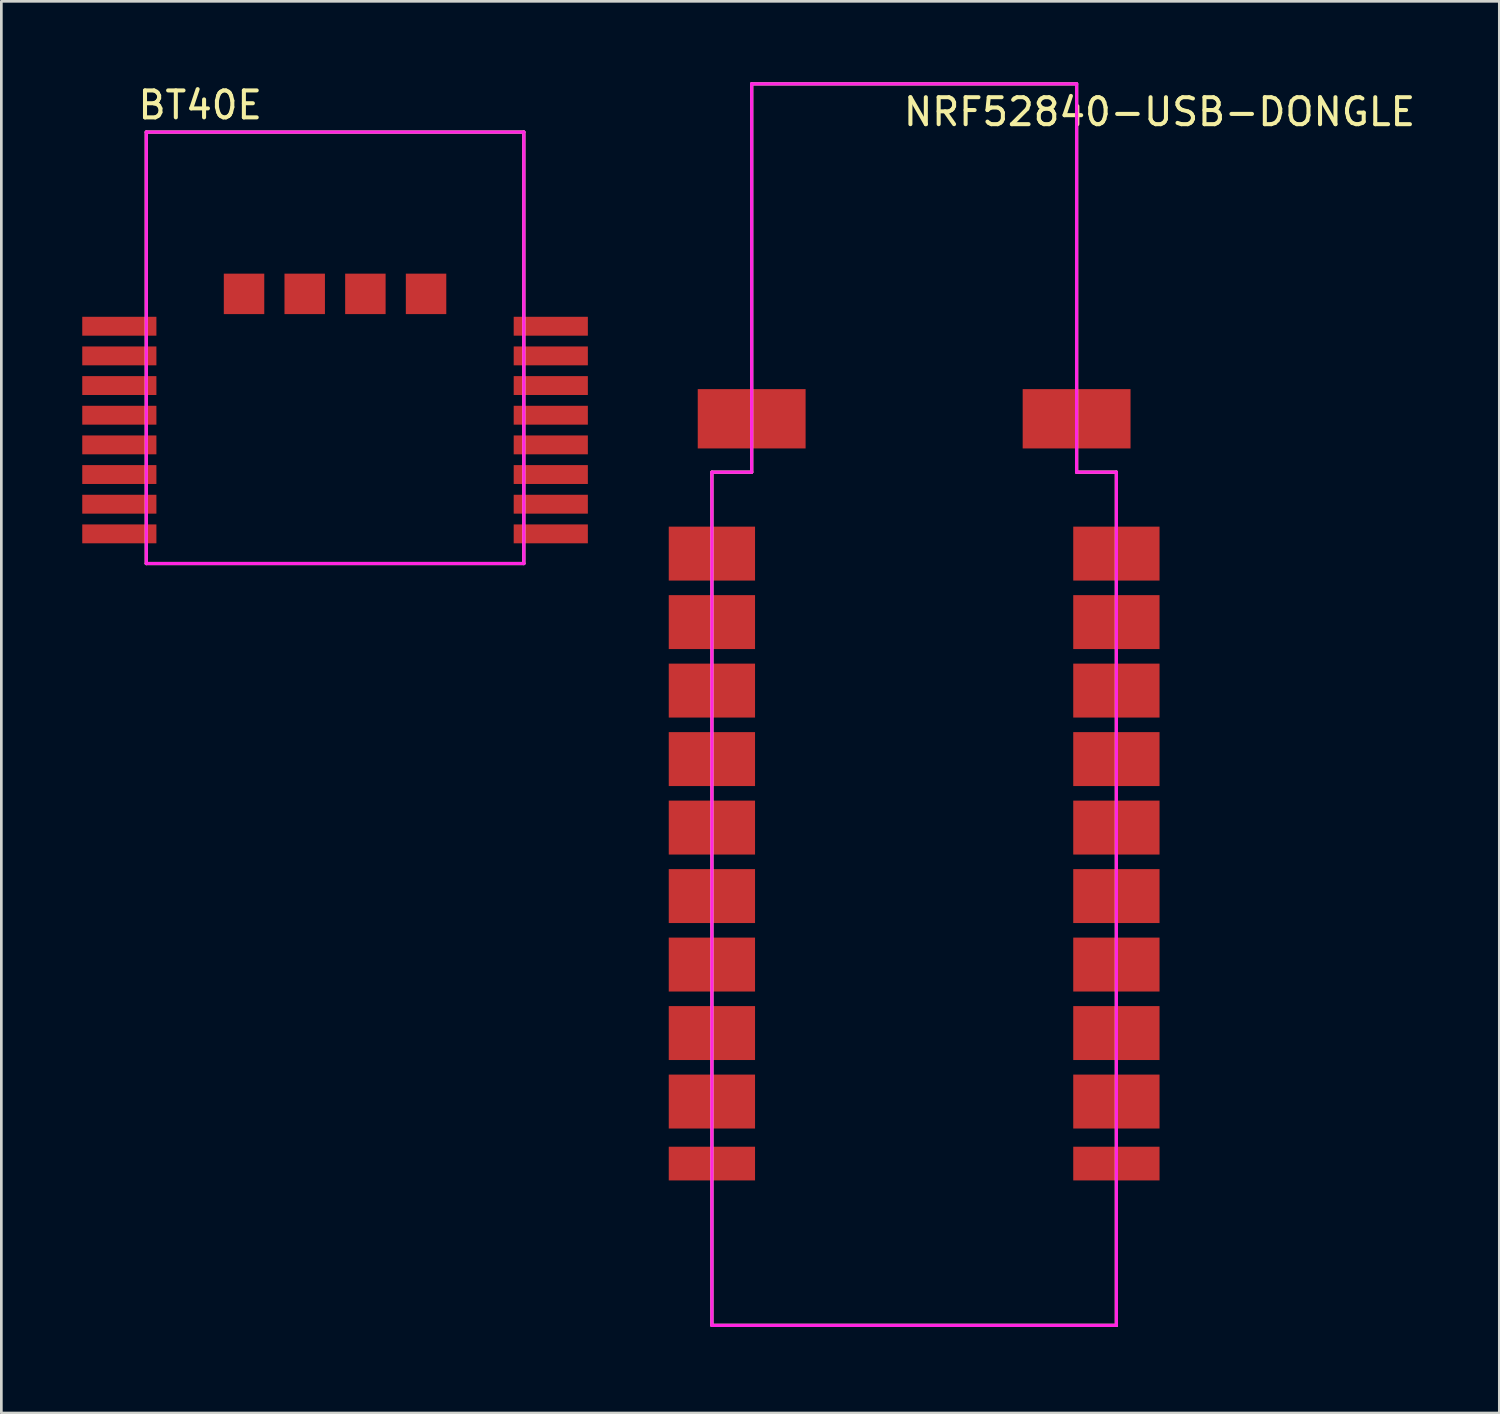
<source format=kicad_pcb>
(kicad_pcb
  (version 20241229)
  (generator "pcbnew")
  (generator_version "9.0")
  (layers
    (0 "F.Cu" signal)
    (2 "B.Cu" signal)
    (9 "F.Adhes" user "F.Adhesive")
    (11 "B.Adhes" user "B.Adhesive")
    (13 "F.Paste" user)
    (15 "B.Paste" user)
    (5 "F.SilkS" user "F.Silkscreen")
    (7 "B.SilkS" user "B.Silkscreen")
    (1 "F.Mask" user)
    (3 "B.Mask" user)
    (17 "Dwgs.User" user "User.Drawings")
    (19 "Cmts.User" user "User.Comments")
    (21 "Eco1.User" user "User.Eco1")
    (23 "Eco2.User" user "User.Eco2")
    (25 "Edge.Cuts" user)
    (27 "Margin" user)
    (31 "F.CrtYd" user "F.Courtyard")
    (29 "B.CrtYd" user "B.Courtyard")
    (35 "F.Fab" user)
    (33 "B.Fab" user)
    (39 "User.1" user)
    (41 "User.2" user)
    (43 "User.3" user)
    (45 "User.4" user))
  (footprint "BT40E"
    (layer "F.Cu")
    (at 9.375 17.848)
    (property "Reference" "BT40E" (at -5 -17 0) (layer "F.SilkS") (effects (font (size 1 1) (thickness 0.15))))
    (attr through_hole)
    (fp_line (start -7 -16) (end -7 0) (stroke (width 0.12) (type solid)) (layer "F.SilkS"))
    (fp_line (start -7 0) (end 7 0) (stroke (width 0.12) (type solid)) (layer "F.SilkS"))
    (fp_line (start 7 -16) (end -7 -16) (stroke (width 0.12) (type solid)) (layer "F.SilkS"))
    (fp_line (start 7 0) (end 7 -16) (stroke (width 0.12) (type solid)) (layer "F.SilkS"))
    (fp_line (start -7 -16) (end -7 0) (stroke (width 0.12) (type solid)) (layer "F.CrtYd"))
    (fp_line (start -7 0) (end 7 0) (stroke (width 0.12) (type solid)) (layer "F.CrtYd"))
    (fp_line (start 7 -16) (end -7 -16) (stroke (width 0.12) (type solid)) (layer "F.CrtYd"))
    (fp_line (start 7 0) (end 7 -16) (stroke (width 0.12) (type solid)) (layer "F.CrtYd"))
    (pad "1" smd rect (at -8 -8.8) (size 2.75 0.7) (layers "F.Cu" "F.Mask" "F.Paste"))
    (pad "2" smd rect (at -8 -7.7) (size 2.75 0.7) (layers "F.Cu" "F.Mask" "F.Paste"))
    (pad "3" smd rect (at -8 -6.6) (size 2.75 0.7) (layers "F.Cu" "F.Mask" "F.Paste"))
    (pad "4" smd rect (at -8 -5.5) (size 2.75 0.7) (layers "F.Cu" "F.Mask" "F.Paste"))
    (pad "5" smd rect (at -8 -4.4) (size 2.75 0.7) (layers "F.Cu" "F.Mask" "F.Paste"))
    (pad "6" smd rect (at -8 -3.3) (size 2.75 0.7) (layers "F.Cu" "F.Mask" "F.Paste"))
    (pad "7" smd rect (at -8 -2.2) (size 2.75 0.7) (layers "F.Cu" "F.Mask" "F.Paste"))
    (pad "8" smd rect (at -8 -1.1) (size 2.75 0.7) (layers "F.Cu" "F.Mask" "F.Paste"))
    (pad "9" smd rect (at 8 -1.1) (size 2.75 0.7) (layers "F.Cu" "F.Mask" "F.Paste"))
    (pad "10" smd rect (at 8 -2.2) (size 2.75 0.7) (layers "F.Cu" "F.Mask" "F.Paste"))
    (pad "11" smd rect (at 8 -3.3) (size 2.75 0.7) (layers "F.Cu" "F.Mask" "F.Paste"))
    (pad "12" smd rect (at 8 -4.4) (size 2.75 0.7) (layers "F.Cu" "F.Mask" "F.Paste"))
    (pad "13" smd rect (at 8 -5.5) (size 2.75 0.7) (layers "F.Cu" "F.Mask" "F.Paste"))
    (pad "14" smd rect (at 8 -6.6) (size 2.75 0.7) (layers "F.Cu" "F.Mask" "F.Paste"))
    (pad "15" smd rect (at 8 -7.7) (size 2.75 0.7) (layers "F.Cu" "F.Mask" "F.Paste"))
    (pad "16" smd rect (at 8 -8.8) (size 2.75 0.7) (layers "F.Cu" "F.Mask" "F.Paste"))
    (pad "H0" smd rect (at -3.375 -10) (size 1.5 1.5) (layers "F.Cu" "F.Mask" "F.Paste"))
    (pad "H1" smd rect (at -1.125 -10) (size 1.5 1.5) (layers "F.Cu" "F.Mask" "F.Paste"))
    (pad "H2" smd rect (at 1.125 -10) (size 1.5 1.5) (layers "F.Cu" "F.Mask" "F.Paste"))
    (pad "H3" smd rect (at 3.375 -10) (size 1.5 1.5) (layers "F.Cu" "F.Mask" "F.Paste")))
  (footprint "NRF52840-USB-DONGLE"
    (layer "F.Cu")
    (at 30.85 46.1)
    (property "Reference" "NRF52840-USB-DONGLE" (at 9.1 -45 0) (layer "F.SilkS") (effects (font (size 1 1) (thickness 0.15))))
    (attr through_hole)
    (fp_line (start -7.5 -31.64) (end -7.5 0) (stroke (width 0.12) (type solid)) (layer "F.SilkS"))
    (fp_line (start -7.5 0) (end 7.5 0) (stroke (width 0.12) (type solid)) (layer "F.SilkS"))
    (fp_line (start -6.025 -46.04) (end -6.025 -31.64) (stroke (width 0.12) (type solid)) (layer "F.SilkS"))
    (fp_line (start -6.025 -46.04) (end 6.025 -46.04) (stroke (width 0.12) (type solid)) (layer "F.SilkS"))
    (fp_line (start -6.025 -31.64) (end -7.5 -31.64) (stroke (width 0.12) (type solid)) (layer "F.SilkS"))
    (fp_line (start 6.025 -46.04) (end 6.025 -31.64) (stroke (width 0.12) (type solid)) (layer "F.SilkS"))
    (fp_line (start 6.025 -31.64) (end 7.5 -31.64) (stroke (width 0.12) (type solid)) (layer "F.SilkS"))
    (fp_line (start 7.5 -31.64) (end 7.5 0) (stroke (width 0.12) (type solid)) (layer "F.SilkS"))
    (fp_line (start -7.5 -31.64) (end -7.5 0) (stroke (width 0.12) (type solid)) (layer "F.CrtYd"))
    (fp_line (start -7.5 0) (end 7.5 0) (stroke (width 0.12) (type solid)) (layer "F.CrtYd"))
    (fp_line (start -6.025 -46.04) (end -6.025 -31.64) (stroke (width 0.12) (type solid)) (layer "F.CrtYd"))
    (fp_line (start -6.025 -46.04) (end 6.025 -46.04) (stroke (width 0.12) (type solid)) (layer "F.CrtYd"))
    (fp_line (start -6.025 -31.64) (end -7.5 -31.64) (stroke (width 0.12) (type solid)) (layer "F.CrtYd"))
    (fp_line (start 6.025 -46.04) (end 6.025 -31.64) (stroke (width 0.12) (type solid)) (layer "F.CrtYd"))
    (fp_line (start 6.025 -31.64) (end 7.5 -31.64) (stroke (width 0.12) (type solid)) (layer "F.CrtYd"))
    (fp_line (start 7.5 -31.64) (end 7.5 0) (stroke (width 0.12) (type solid)) (layer "F.CrtYd"))
    (pad "1" smd rect (at -6.025 -33.62) (size 4 2.2) (layers "F.Cu" "F.Mask" "F.Paste"))
    (pad "2" smd rect (at -7.5 -28.62) (size 3.2 2) (layers "F.Cu" "F.Mask" "F.Paste"))
    (pad "3" smd rect (at -7.5 -26.08) (size 3.2 2) (layers "F.Cu" "F.Mask" "F.Paste"))
    (pad "4" smd rect (at -7.5 -23.54) (size 3.2 2) (layers "F.Cu" "F.Mask" "F.Paste"))
    (pad "5" smd rect (at -7.5 -21) (size 3.2 2) (layers "F.Cu" "F.Mask" "F.Paste"))
    (pad "6" smd rect (at -7.5 -18.46) (size 3.2 2) (layers "F.Cu" "F.Mask" "F.Paste"))
    (pad "7" smd rect (at -7.5 -15.92) (size 3.2 2) (layers "F.Cu" "F.Mask" "F.Paste"))
    (pad "8" smd rect (at -7.5 -13.38) (size 3.2 2) (layers "F.Cu" "F.Mask" "F.Paste"))
    (pad "9" smd rect (at -7.5 -10.84) (size 3.2 2) (layers "F.Cu" "F.Mask" "F.Paste"))
    (pad "10" smd rect (at -7.5 -8.3) (size 3.2 2) (layers "F.Cu" "F.Mask" "F.Paste"))
    (pad "11" smd rect (at -7.5 -6) (size 3.2 1.25) (layers "F.Cu" "F.Mask" "F.Paste"))
    (pad "12" smd rect (at 7.5 -6) (size 3.2 1.25) (layers "F.Cu" "F.Mask" "F.Paste"))
    (pad "13" smd rect (at 7.5 -8.3) (size 3.2 2) (layers "F.Cu" "F.Mask" "F.Paste"))
    (pad "14" smd rect (at 7.5 -10.84) (size 3.2 2) (layers "F.Cu" "F.Mask" "F.Paste"))
    (pad "15" smd rect (at 7.5 -13.38) (size 3.2 2) (layers "F.Cu" "F.Mask" "F.Paste"))
    (pad "16" smd rect (at 7.5 -15.92) (size 3.2 2) (layers "F.Cu" "F.Mask" "F.Paste"))
    (pad "17" smd rect (at 7.5 -18.46) (size 3.2 2) (layers "F.Cu" "F.Mask" "F.Paste"))
    (pad "18" smd rect (at 7.5 -21) (size 3.2 2) (layers "F.Cu" "F.Mask" "F.Paste"))
    (pad "19" smd rect (at 7.5 -23.54) (size 3.2 2) (layers "F.Cu" "F.Mask" "F.Paste"))
    (pad "20" smd rect (at 7.5 -26.08) (size 3.2 2) (layers "F.Cu" "F.Mask" "F.Paste"))
    (pad "21" smd rect (at 7.5 -28.62) (size 3.2 2) (layers "F.Cu" "F.Mask" "F.Paste"))
    (pad "22" smd rect (at 6.025 -33.62) (size 4 2.2) (layers "F.Cu" "F.Mask" "F.Paste")))
  (gr_rect
    (start -3 -3)
    (end 52.551 49.35)
    (stroke (width 0.1) (type default))
    (fill no)
    (layer "Edge.Cuts")))
</source>
